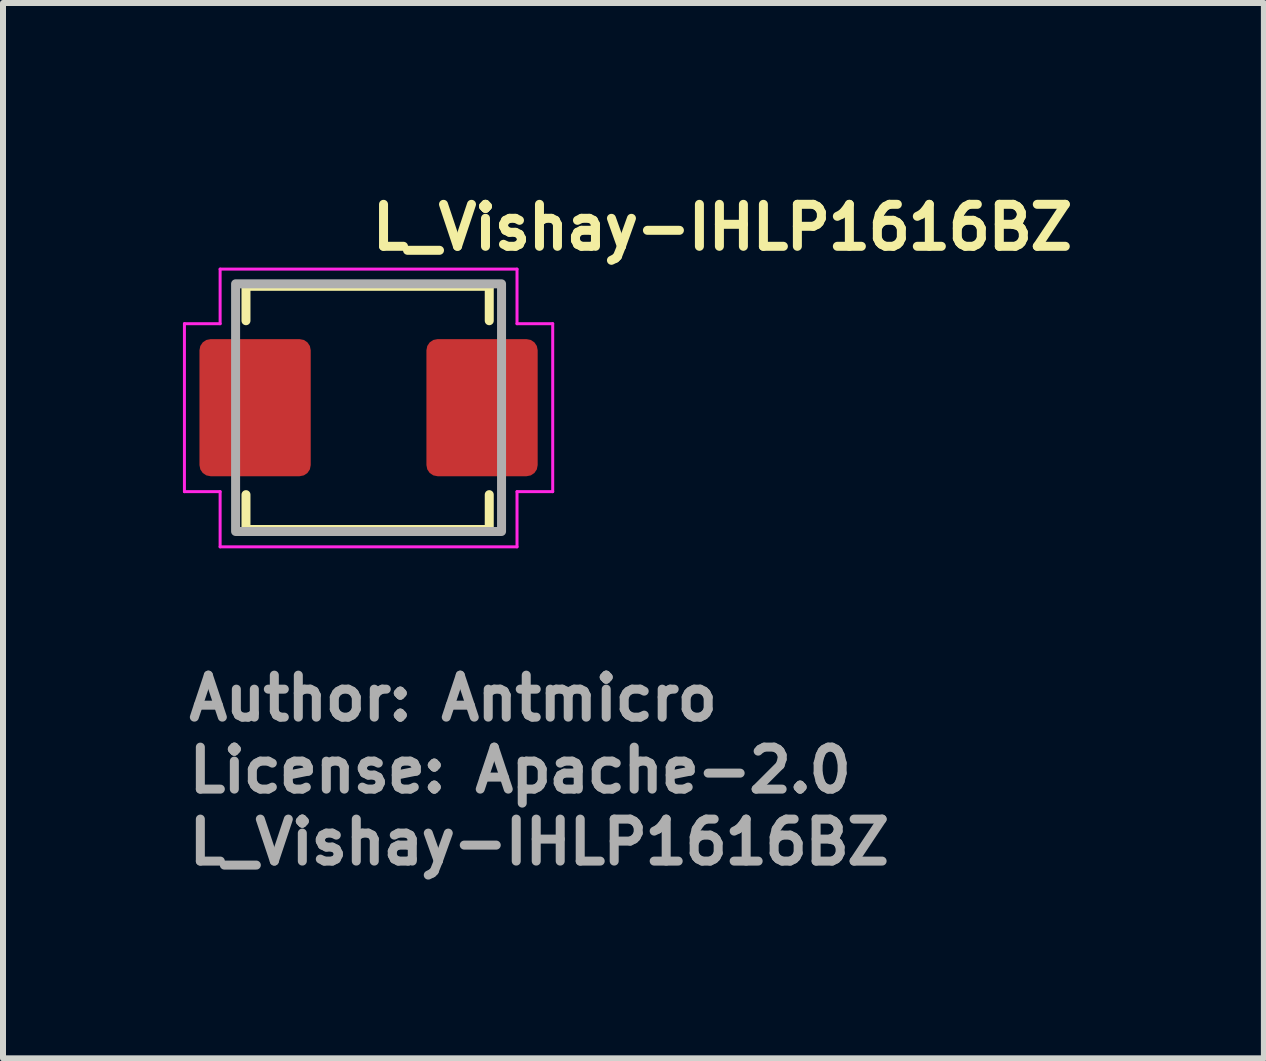
<source format=kicad_pcb>
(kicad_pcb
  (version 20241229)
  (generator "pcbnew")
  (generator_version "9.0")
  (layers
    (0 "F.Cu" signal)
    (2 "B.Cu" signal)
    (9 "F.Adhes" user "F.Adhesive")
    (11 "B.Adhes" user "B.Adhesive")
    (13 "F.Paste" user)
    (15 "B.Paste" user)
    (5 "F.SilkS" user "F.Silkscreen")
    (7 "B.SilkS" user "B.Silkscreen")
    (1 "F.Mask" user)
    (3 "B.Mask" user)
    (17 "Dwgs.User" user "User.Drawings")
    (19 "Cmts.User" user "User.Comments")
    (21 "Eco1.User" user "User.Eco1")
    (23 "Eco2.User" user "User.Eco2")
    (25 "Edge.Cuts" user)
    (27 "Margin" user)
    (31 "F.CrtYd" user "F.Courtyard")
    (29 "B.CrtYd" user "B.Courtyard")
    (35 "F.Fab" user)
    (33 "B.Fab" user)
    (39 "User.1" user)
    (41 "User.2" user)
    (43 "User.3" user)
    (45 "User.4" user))
  (footprint "L_Vishay-IHLP1616BZ"
    (layer "F.Cu")
    (at 3.095 3.747)
    (property "Reference" "L_Vishay-IHLP1616BZ" (at -0.016 -2.597 0) (layer "F.SilkS") (effects (font (size 0.7 0.7) (thickness 0.15)) (justify left bottom)))
    (attr smd)
    (fp_line (start -2.044 -2.024) (end -2.044 -1.45) (stroke (width 0.15) (type solid)) (layer "F.SilkS"))
    (fp_line (start -2.044 2.031) (end -2.044 1.45) (stroke (width 0.15) (type solid)) (layer "F.SilkS"))
    (fp_line (start -2.044 2.031) (end 2.012 2.031) (stroke (width 0.15) (type solid)) (layer "F.SilkS"))
    (fp_line (start 2.012 -2.024) (end -2.044 -2.024) (stroke (width 0.15) (type solid)) (layer "F.SilkS"))
    (fp_line (start 2.012 -2.024) (end 2.012 -1.45) (stroke (width 0.15) (type solid)) (layer "F.SilkS"))
    (fp_line (start 2.012 2.031) (end 2.012 1.45) (stroke (width 0.15) (type solid)) (layer "F.SilkS"))
    (fp_line (start -3.07 1.4) (end -3.07 -1.4) (stroke (width 0.05) (type solid)) (layer "F.CrtYd"))
    (fp_line (start -2.475 -2.31) (end 2.475 -2.31) (stroke (width 0.05) (type solid)) (layer "F.CrtYd"))
    (fp_line (start -2.475 -1.4) (end -3.07 -1.4) (stroke (width 0.05) (type solid)) (layer "F.CrtYd"))
    (fp_line (start -2.475 -1.4) (end -2.475 -2.31) (stroke (width 0.05) (type solid)) (layer "F.CrtYd"))
    (fp_line (start -2.475 1.4) (end -3.07 1.4) (stroke (width 0.05) (type solid)) (layer "F.CrtYd"))
    (fp_line (start -2.475 1.4) (end -2.475 2.32) (stroke (width 0.05) (type solid)) (layer "F.CrtYd"))
    (fp_line (start -2.475 2.32) (end 2.475 2.32) (stroke (width 0.05) (type solid)) (layer "F.CrtYd"))
    (fp_line (start 2.475 -1.4) (end 2.475 -2.31) (stroke (width 0.05) (type solid)) (layer "F.CrtYd"))
    (fp_line (start 2.475 -1.4) (end 3.07 -1.4) (stroke (width 0.05) (type solid)) (layer "F.CrtYd"))
    (fp_line (start 2.475 1.4) (end 2.475 2.32) (stroke (width 0.05) (type solid)) (layer "F.CrtYd"))
    (fp_line (start 2.475 1.4) (end 3.07 1.4) (stroke (width 0.05) (type solid)) (layer "F.CrtYd"))
    (fp_line (start 3.07 1.4) (end 3.07 -1.4) (stroke (width 0.05) (type solid)) (layer "F.CrtYd"))
    (fp_rect (start -2.217 -2.065) (end 2.217 2.064) (stroke (width 0.15) (type solid)) (fill no) (layer "F.Fab"))
    (fp_rect (start -2.217 -2.065) (end 2.217 2.064) (stroke (width 0.1) (type solid)) (fill no) (layer "User.5"))
    (fp_line (start -2.217 -1.016) (end -2.217 1.014) (stroke (width 0.02) (type solid)) (layer "User.9"))
    (fp_line (start -2.217 1.014) (end -2.063 1.014) (stroke (width 0.02) (type solid)) (layer "User.9"))
    (fp_line (start -2.183 -0.076) (end -2.177 -0.083) (stroke (width 0.02) (type solid)) (layer "User.9"))
    (fp_line (start -2.183 0.075) (end -2.183 -0.076) (stroke (width 0.02) (type solid)) (layer "User.9"))
    (fp_line (start -2.177 -0.083) (end -2.171 -0.09) (stroke (width 0.02) (type solid)) (layer "User.9"))
    (fp_line (start -2.171 -0.09) (end -2.165 -0.097) (stroke (width 0.02) (type solid)) (layer "User.9"))
    (fp_line (start -2.171 0.09) (end -2.183 0.075) (stroke (width 0.02) (type solid)) (layer "User.9"))
    (fp_line (start -2.165 -0.097) (end -2.158 -0.104) (stroke (width 0.02) (type solid)) (layer "User.9"))
    (fp_line (start -2.158 -0.104) (end -2.144 -0.117) (stroke (width 0.02) (type solid)) (layer "User.9"))
    (fp_line (start -2.158 0.104) (end -2.171 0.09) (stroke (width 0.02) (type solid)) (layer "User.9"))
    (fp_line (start -2.144 -0.117) (end -2.13 -0.133) (stroke (width 0.02) (type solid)) (layer "User.9"))
    (fp_line (start -2.144 0.118) (end -2.158 0.104) (stroke (width 0.02) (type solid)) (layer "User.9"))
    (fp_line (start -2.13 -0.133) (end -2.114 -0.147) (stroke (width 0.02) (type solid)) (layer "User.9"))
    (fp_line (start -2.13 0.132) (end -2.144 0.118) (stroke (width 0.02) (type solid)) (layer "User.9"))
    (fp_line (start -2.114 -0.147) (end -2.098 -0.161) (stroke (width 0.02) (type solid)) (layer "User.9"))
    (fp_line (start -2.114 0.146) (end -2.13 0.132) (stroke (width 0.02) (type solid)) (layer "User.9"))
    (fp_line (start -2.098 -0.161) (end -2.081 -0.174) (stroke (width 0.02) (type solid)) (layer "User.9"))
    (fp_line (start -2.098 0.16) (end -2.114 0.146) (stroke (width 0.02) (type solid)) (layer "User.9"))
    (fp_line (start -2.081 -0.174) (end -2.063 -0.189) (stroke (width 0.02) (type solid)) (layer "User.9"))
    (fp_line (start -2.081 0.175) (end -2.098 0.16) (stroke (width 0.02) (type solid)) (layer "User.9"))
    (fp_line (start -2.064 -1.44) (end -2.064 -1.016) (stroke (width 0.02) (type solid)) (layer "User.9"))
    (fp_line (start -2.064 -0.09) (end -2.064 -0.076) (stroke (width 0.02) (type solid)) (layer "User.9"))
    (fp_line (start -2.064 -0.09) (end -2.063 -0.189) (stroke (width 0.02) (type solid)) (layer "User.9"))
    (fp_line (start -2.064 -0.076) (end -2.183 -0.076) (stroke (width 0.02) (type solid)) (layer "User.9"))
    (fp_line (start -2.064 -0.076) (end -2.064 0.075) (stroke (width 0.02) (type solid)) (layer "User.9"))
    (fp_line (start -2.064 -0.076) (end -2.064 0.075) (stroke (width 0.02) (type solid)) (layer "User.9"))
    (fp_line (start -2.064 0.075) (end -2.183 0.075) (stroke (width 0.02) (type solid)) (layer "User.9"))
    (fp_line (start -2.064 0.075) (end -2.064 0.09) (stroke (width 0.02) (type solid)) (layer "User.9"))
    (fp_line (start -2.064 1.014) (end -2.064 1.438) (stroke (width 0.02) (type solid)) (layer "User.9"))
    (fp_line (start -2.064 1.438) (end -2.063 1.47) (stroke (width 0.02) (type solid)) (layer "User.9"))
    (fp_line (start -2.063 -1.471) (end -2.064 -1.44) (stroke (width 0.02) (type solid)) (layer "User.9"))
    (fp_line (start -2.063 -1.016) (end -2.217 -1.016) (stroke (width 0.02) (type solid)) (layer "User.9"))
    (fp_line (start -2.063 -1.016) (end -1.937 -1.016) (stroke (width 0.02) (type solid)) (layer "User.9"))
    (fp_line (start -2.063 0.189) (end -2.081 0.175) (stroke (width 0.02) (type solid)) (layer "User.9"))
    (fp_line (start -2.063 0.189) (end -2.064 0.09) (stroke (width 0.02) (type solid)) (layer "User.9"))
    (fp_line (start -2.063 0.189) (end -2.06 0.19) (stroke (width 0.02) (type solid)) (layer "User.9"))
    (fp_line (start -2.063 1.014) (end -1.952 1.014) (stroke (width 0.02) (type solid)) (layer "User.9"))
    (fp_line (start -2.063 1.47) (end -2.061 1.5) (stroke (width 0.02) (type solid)) (layer "User.9"))
    (fp_line (start -2.061 -1.502) (end -2.063 -1.471) (stroke (width 0.02) (type solid)) (layer "User.9"))
    (fp_line (start -2.061 1.5) (end -2.057 1.532) (stroke (width 0.02) (type solid)) (layer "User.9"))
    (fp_line (start -2.06 -0.191) (end -2.063 -0.189) (stroke (width 0.02) (type solid)) (layer "User.9"))
    (fp_line (start -2.06 0.19) (end -2.056 0.192) (stroke (width 0.02) (type solid)) (layer "User.9"))
    (fp_line (start -2.057 -1.532) (end -2.061 -1.502) (stroke (width 0.02) (type solid)) (layer "User.9"))
    (fp_line (start -2.057 1.532) (end -2.052 1.561) (stroke (width 0.02) (type solid)) (layer "User.9"))
    (fp_line (start -2.056 -0.192) (end -2.06 -0.191) (stroke (width 0.02) (type solid)) (layer "User.9"))
    (fp_line (start -2.056 0.192) (end -2.053 0.193) (stroke (width 0.02) (type solid)) (layer "User.9"))
    (fp_line (start -2.053 -0.194) (end -2.056 -0.192) (stroke (width 0.02) (type solid)) (layer "User.9"))
    (fp_line (start -2.053 0.193) (end -2.049 0.195) (stroke (width 0.02) (type solid)) (layer "User.9"))
    (fp_line (start -2.052 -1.562) (end -2.057 -1.532) (stroke (width 0.02) (type solid)) (layer "User.9"))
    (fp_line (start -2.052 1.561) (end -2.045 1.591) (stroke (width 0.02) (type solid)) (layer "User.9"))
    (fp_line (start -2.049 -0.195) (end -2.053 -0.194) (stroke (width 0.02) (type solid)) (layer "User.9"))
    (fp_line (start -2.049 0.195) (end -2.046 0.196) (stroke (width 0.02) (type solid)) (layer "User.9"))
    (fp_line (start -2.046 -0.196) (end -2.049 -0.195) (stroke (width 0.02) (type solid)) (layer "User.9"))
    (fp_line (start -2.046 0.196) (end -2.042 0.197) (stroke (width 0.02) (type solid)) (layer "User.9"))
    (fp_line (start -2.045 -1.592) (end -2.052 -1.562) (stroke (width 0.02) (type solid)) (layer "User.9"))
    (fp_line (start -2.045 1.591) (end -2.036 1.621) (stroke (width 0.02) (type solid)) (layer "User.9"))
    (fp_line (start -2.042 -0.198) (end -2.046 -0.196) (stroke (width 0.02) (type solid)) (layer "User.9"))
    (fp_line (start -2.042 0.197) (end -2.039 0.198) (stroke (width 0.02) (type solid)) (layer "User.9"))
    (fp_line (start -2.039 -0.199) (end -2.042 -0.198) (stroke (width 0.02) (type solid)) (layer "User.9"))
    (fp_line (start -2.039 0.198) (end -2.035 0.199) (stroke (width 0.02) (type solid)) (layer "User.9"))
    (fp_line (start -2.036 -1.622) (end -2.045 -1.592) (stroke (width 0.02) (type solid)) (layer "User.9"))
    (fp_line (start -2.036 1.621) (end -2.028 1.649) (stroke (width 0.02) (type solid)) (layer "User.9"))
    (fp_line (start -2.035 -0.199) (end -2.039 -0.199) (stroke (width 0.02) (type solid)) (layer "User.9"))
    (fp_line (start -2.035 0.199) (end -2.032 0.2) (stroke (width 0.02) (type solid)) (layer "User.9"))
    (fp_line (start -2.032 -0.2) (end -2.035 -0.199) (stroke (width 0.02) (type solid)) (layer "User.9"))
    (fp_line (start -2.032 0.2) (end -2.028 0.201) (stroke (width 0.02) (type solid)) (layer "User.9"))
    (fp_line (start -2.028 -1.651) (end -2.036 -1.622) (stroke (width 0.02) (type solid)) (layer "User.9"))
    (fp_line (start -2.028 -0.201) (end -2.032 -0.2) (stroke (width 0.02) (type solid)) (layer "User.9"))
    (fp_line (start -2.028 0.201) (end -2.024 0.201) (stroke (width 0.02) (type solid)) (layer "User.9"))
    (fp_line (start -2.028 1.649) (end -2.016 1.678) (stroke (width 0.02) (type solid)) (layer "User.9"))
    (fp_line (start -2.024 -0.202) (end -2.028 -0.201) (stroke (width 0.02) (type solid)) (layer "User.9"))
    (fp_line (start -2.024 0.201) (end -2.02 0.202) (stroke (width 0.02) (type solid)) (layer "User.9"))
    (fp_line (start -2.02 -0.202) (end -2.024 -0.202) (stroke (width 0.02) (type solid)) (layer "User.9"))
    (fp_line (start -2.02 0.202) (end -2.016 0.202) (stroke (width 0.02) (type solid)) (layer "User.9"))
    (fp_line (start -2.016 -1.679) (end -2.028 -1.651) (stroke (width 0.02) (type solid)) (layer "User.9"))
    (fp_line (start -2.016 -0.202) (end -2.02 -0.202) (stroke (width 0.02) (type solid)) (layer "User.9"))
    (fp_line (start -2.016 0.202) (end -2.012 0.202) (stroke (width 0.02) (type solid)) (layer "User.9"))
    (fp_line (start -2.016 1.678) (end -2.004 1.706) (stroke (width 0.02) (type solid)) (layer "User.9"))
    (fp_line (start -2.012 -0.203) (end -2.016 -0.202) (stroke (width 0.02) (type solid)) (layer "User.9"))
    (fp_line (start -2.012 0.202) (end -2.008 0.202) (stroke (width 0.02) (type solid)) (layer "User.9"))
    (fp_line (start -2.008 -0.203) (end -2.012 -0.203) (stroke (width 0.02) (type solid)) (layer "User.9"))
    (fp_line (start -2.008 0.202) (end -2.004 0.202) (stroke (width 0.02) (type solid)) (layer "User.9"))
    (fp_line (start -2.004 -1.707) (end -2.016 -1.679) (stroke (width 0.02) (type solid)) (layer "User.9"))
    (fp_line (start -2.004 -0.203) (end -2.008 -0.203) (stroke (width 0.02) (type solid)) (layer "User.9"))
    (fp_line (start -2.004 -0.203) (end -1.937 -0.203) (stroke (width 0.02) (type solid)) (layer "User.9"))
    (fp_line (start -2.004 1.706) (end -1.991 1.734) (stroke (width 0.02) (type solid)) (layer "User.9"))
    (fp_line (start -1.991 -1.734) (end -2.004 -1.707) (stroke (width 0.02) (type solid)) (layer "User.9"))
    (fp_line (start -1.991 1.734) (end -1.975 1.76) (stroke (width 0.02) (type solid)) (layer "User.9"))
    (fp_line (start -1.975 -1.761) (end -1.991 -1.734) (stroke (width 0.02) (type solid)) (layer "User.9"))
    (fp_line (start -1.975 1.76) (end -1.959 1.786) (stroke (width 0.02) (type solid)) (layer "User.9"))
    (fp_line (start -1.959 -1.787) (end -1.975 -1.761) (stroke (width 0.02) (type solid)) (layer "User.9"))
    (fp_line (start -1.959 1.786) (end -1.942 1.811) (stroke (width 0.02) (type solid)) (layer "User.9"))
    (fp_line (start -1.95 1.014) (end -1.952 1.014) (stroke (width 0.02) (type solid)) (layer "User.9"))
    (fp_line (start -1.948 1.014) (end -1.95 1.014) (stroke (width 0.02) (type solid)) (layer "User.9"))
    (fp_line (start -1.946 1.014) (end -1.948 1.014) (stroke (width 0.02) (type solid)) (layer "User.9"))
    (fp_line (start -1.944 1.014) (end -1.946 1.014) (stroke (width 0.02) (type solid)) (layer "User.9"))
    (fp_line (start -1.943 1.016) (end -1.944 1.014) (stroke (width 0.02) (type solid)) (layer "User.9"))
    (fp_line (start -1.942 -1.812) (end -1.959 -1.787) (stroke (width 0.02) (type solid)) (layer "User.9"))
    (fp_line (start -1.942 1.811) (end -1.923 1.835) (stroke (width 0.02) (type solid)) (layer "User.9"))
    (fp_line (start -1.941 1.016) (end -1.943 1.016) (stroke (width 0.02) (type solid)) (layer "User.9"))
    (fp_line (start -1.939 1.016) (end -1.941 1.016) (stroke (width 0.02) (type solid)) (layer "User.9"))
    (fp_line (start -1.937 -1.44) (end -1.936 -1.471) (stroke (width 0.02) (type solid)) (layer "User.9"))
    (fp_line (start -1.937 0.202) (end -2.004 0.202) (stroke (width 0.02) (type solid)) (layer "User.9"))
    (fp_line (start -1.937 1.016) (end -1.939 1.016) (stroke (width 0.02) (type solid)) (layer "User.9"))
    (fp_line (start -1.937 1.438) (end -1.937 -1.44) (stroke (width 0.02) (type solid)) (layer "User.9"))
    (fp_line (start -1.936 -1.471) (end -1.934 -1.502) (stroke (width 0.02) (type solid)) (layer "User.9"))
    (fp_line (start -1.936 1.47) (end -1.937 1.438) (stroke (width 0.02) (type solid)) (layer "User.9"))
    (fp_line (start -1.934 -1.502) (end -1.93 -1.532) (stroke (width 0.02) (type solid)) (layer "User.9"))
    (fp_line (start -1.934 1.5) (end -1.936 1.47) (stroke (width 0.02) (type solid)) (layer "User.9"))
    (fp_line (start -1.93 -1.532) (end -1.925 -1.562) (stroke (width 0.02) (type solid)) (layer "User.9"))
    (fp_line (start -1.93 1.532) (end -1.934 1.5) (stroke (width 0.02) (type solid)) (layer "User.9"))
    (fp_line (start -1.925 -1.562) (end -1.918 -1.592) (stroke (width 0.02) (type solid)) (layer "User.9"))
    (fp_line (start -1.925 1.561) (end -1.93 1.532) (stroke (width 0.02) (type solid)) (layer "User.9"))
    (fp_line (start -1.923 -1.836) (end -1.942 -1.812) (stroke (width 0.02) (type solid)) (layer "User.9"))
    (fp_line (start -1.923 1.835) (end -1.902 1.859) (stroke (width 0.02) (type solid)) (layer "User.9"))
    (fp_line (start -1.918 -1.592) (end -1.91 -1.622) (stroke (width 0.02) (type solid)) (layer "User.9"))
    (fp_line (start -1.918 1.591) (end -1.925 1.561) (stroke (width 0.02) (type solid)) (layer "User.9"))
    (fp_line (start -1.91 -1.622) (end -1.901 -1.651) (stroke (width 0.02) (type solid)) (layer "User.9"))
    (fp_line (start -1.91 1.621) (end -1.918 1.591) (stroke (width 0.02) (type solid)) (layer "User.9"))
    (fp_line (start -1.902 -1.859) (end -1.923 -1.836) (stroke (width 0.02) (type solid)) (layer "User.9"))
    (fp_line (start -1.902 1.859) (end -1.881 1.881) (stroke (width 0.02) (type solid)) (layer "User.9"))
    (fp_line (start -1.901 -1.651) (end -1.89 -1.679) (stroke (width 0.02) (type solid)) (layer "User.9"))
    (fp_line (start -1.901 1.649) (end -1.91 1.621) (stroke (width 0.02) (type solid)) (layer "User.9"))
    (fp_line (start -1.89 -1.679) (end -1.877 -1.707) (stroke (width 0.02) (type solid)) (layer "User.9"))
    (fp_line (start -1.89 1.678) (end -1.901 1.649) (stroke (width 0.02) (type solid)) (layer "User.9"))
    (fp_line (start -1.881 -1.882) (end -1.902 -1.859) (stroke (width 0.02) (type solid)) (layer "User.9"))
    (fp_line (start -1.881 -1.882) (end -1.881 -1.882) (stroke (width 0.02) (type solid)) (layer "User.9"))
    (fp_line (start -1.881 1.881) (end -1.881 1.881) (stroke (width 0.02) (type solid)) (layer "User.9"))
    (fp_line (start -1.881 1.881) (end -1.859 1.903) (stroke (width 0.02) (type solid)) (layer "User.9"))
    (fp_line (start -1.877 -1.707) (end -1.864 -1.734) (stroke (width 0.02) (type solid)) (layer "User.9"))
    (fp_line (start -1.877 1.706) (end -1.89 1.678) (stroke (width 0.02) (type solid)) (layer "User.9"))
    (fp_line (start -1.864 -1.734) (end -1.848 -1.761) (stroke (width 0.02) (type solid)) (layer "User.9"))
    (fp_line (start -1.864 1.734) (end -1.877 1.706) (stroke (width 0.02) (type solid)) (layer "User.9"))
    (fp_line (start -1.859 -1.903) (end -1.881 -1.882) (stroke (width 0.02) (type solid)) (layer "User.9"))
    (fp_line (start -1.859 1.903) (end -1.835 1.922) (stroke (width 0.02) (type solid)) (layer "User.9"))
    (fp_line (start -1.848 -1.761) (end -1.832 -1.787) (stroke (width 0.02) (type solid)) (layer "User.9"))
    (fp_line (start -1.848 1.76) (end -1.864 1.734) (stroke (width 0.02) (type solid)) (layer "User.9"))
    (fp_line (start -1.835 -1.923) (end -1.859 -1.903) (stroke (width 0.02) (type solid)) (layer "User.9"))
    (fp_line (start -1.835 1.922) (end -1.811 1.942) (stroke (width 0.02) (type solid)) (layer "User.9"))
    (fp_line (start -1.832 -1.787) (end -1.815 -1.812) (stroke (width 0.02) (type solid)) (layer "User.9"))
    (fp_line (start -1.832 1.786) (end -1.848 1.76) (stroke (width 0.02) (type solid)) (layer "User.9"))
    (fp_line (start -1.815 -1.812) (end -1.796 -1.836) (stroke (width 0.02) (type solid)) (layer "User.9"))
    (fp_line (start -1.815 1.811) (end -1.832 1.786) (stroke (width 0.02) (type solid)) (layer "User.9"))
    (fp_line (start -1.811 -1.942) (end -1.835 -1.923) (stroke (width 0.02) (type solid)) (layer "User.9"))
    (fp_line (start -1.811 1.942) (end -1.786 1.958) (stroke (width 0.02) (type solid)) (layer "User.9"))
    (fp_line (start -1.796 -1.836) (end -1.775 -1.859) (stroke (width 0.02) (type solid)) (layer "User.9"))
    (fp_line (start -1.796 1.835) (end -1.815 1.811) (stroke (width 0.02) (type solid)) (layer "User.9"))
    (fp_line (start -1.786 -1.96) (end -1.811 -1.942) (stroke (width 0.02) (type solid)) (layer "User.9"))
    (fp_line (start -1.786 1.958) (end -1.76 1.976) (stroke (width 0.02) (type solid)) (layer "User.9"))
    (fp_line (start -1.775 -1.859) (end -1.754 -1.882) (stroke (width 0.02) (type solid)) (layer "User.9"))
    (fp_line (start -1.775 1.859) (end -1.796 1.835) (stroke (width 0.02) (type solid)) (layer "User.9"))
    (fp_line (start -1.76 -1.976) (end -1.786 -1.96) (stroke (width 0.02) (type solid)) (layer "User.9"))
    (fp_line (start -1.76 1.976) (end -1.734 1.99) (stroke (width 0.02) (type solid)) (layer "User.9"))
    (fp_line (start -1.754 -1.882) (end -1.754 -1.882) (stroke (width 0.02) (type solid)) (layer "User.9"))
    (fp_line (start -1.754 -1.882) (end -1.732 -1.903) (stroke (width 0.02) (type solid)) (layer "User.9"))
    (fp_line (start -1.754 1.881) (end -1.775 1.859) (stroke (width 0.02) (type solid)) (layer "User.9"))
    (fp_line (start -1.754 1.881) (end -1.754 1.881) (stroke (width 0.02) (type solid)) (layer "User.9"))
    (fp_line (start -1.734 -1.991) (end -1.76 -1.976) (stroke (width 0.02) (type solid)) (layer "User.9"))
    (fp_line (start -1.734 1.99) (end -1.706 2.004) (stroke (width 0.02) (type solid)) (layer "User.9"))
    (fp_line (start -1.732 -1.903) (end -1.708 -1.923) (stroke (width 0.02) (type solid)) (layer "User.9"))
    (fp_line (start -1.732 1.903) (end -1.754 1.881) (stroke (width 0.02) (type solid)) (layer "User.9"))
    (fp_line (start -1.708 -1.923) (end -1.684 -1.942) (stroke (width 0.02) (type solid)) (layer "User.9"))
    (fp_line (start -1.708 1.922) (end -1.732 1.903) (stroke (width 0.02) (type solid)) (layer "User.9"))
    (fp_line (start -1.706 -2.004) (end -1.734 -1.991) (stroke (width 0.02) (type solid)) (layer "User.9"))
    (fp_line (start -1.706 2.004) (end -1.678 2.016) (stroke (width 0.02) (type solid)) (layer "User.9"))
    (fp_line (start -1.684 -1.942) (end -1.659 -1.96) (stroke (width 0.02) (type solid)) (layer "User.9"))
    (fp_line (start -1.684 1.942) (end -1.708 1.922) (stroke (width 0.02) (type solid)) (layer "User.9"))
    (fp_line (start -1.678 -2.016) (end -1.706 -2.004) (stroke (width 0.02) (type solid)) (layer "User.9"))
    (fp_line (start -1.678 2.016) (end -1.65 2.028) (stroke (width 0.02) (type solid)) (layer "User.9"))
    (fp_line (start -1.659 -1.96) (end -1.633 -1.976) (stroke (width 0.02) (type solid)) (layer "User.9"))
    (fp_line (start -1.659 1.958) (end -1.684 1.942) (stroke (width 0.02) (type solid)) (layer "User.9"))
    (fp_line (start -1.65 -2.028) (end -1.678 -2.016) (stroke (width 0.02) (type solid)) (layer "User.9"))
    (fp_line (start -1.65 2.028) (end -1.621 2.036) (stroke (width 0.02) (type solid)) (layer "User.9"))
    (fp_line (start -1.633 -1.976) (end -1.607 -1.991) (stroke (width 0.02) (type solid)) (layer "User.9"))
    (fp_line (start -1.633 1.976) (end -1.659 1.958) (stroke (width 0.02) (type solid)) (layer "User.9"))
    (fp_line (start -1.621 -2.036) (end -1.65 -2.028) (stroke (width 0.02) (type solid)) (layer "User.9"))
    (fp_line (start -1.621 2.036) (end -1.592 2.045) (stroke (width 0.02) (type solid)) (layer "User.9"))
    (fp_line (start -1.607 -1.991) (end -1.579 -2.004) (stroke (width 0.02) (type solid)) (layer "User.9"))
    (fp_line (start -1.607 1.99) (end -1.633 1.976) (stroke (width 0.02) (type solid)) (layer "User.9"))
    (fp_line (start -1.592 -2.045) (end -1.621 -2.036) (stroke (width 0.02) (type solid)) (layer "User.9"))
    (fp_line (start -1.592 2.045) (end -1.562 2.052) (stroke (width 0.02) (type solid)) (layer "User.9"))
    (fp_line (start -1.579 -2.004) (end -1.551 -2.016) (stroke (width 0.02) (type solid)) (layer "User.9"))
    (fp_line (start -1.579 2.004) (end -1.607 1.99) (stroke (width 0.02) (type solid)) (layer "User.9"))
    (fp_line (start -1.562 -2.053) (end -1.592 -2.045) (stroke (width 0.02) (type solid)) (layer "User.9"))
    (fp_line (start -1.562 2.052) (end -1.532 2.057) (stroke (width 0.02) (type solid)) (layer "User.9"))
    (fp_line (start -1.551 -2.016) (end -1.523 -2.028) (stroke (width 0.02) (type solid)) (layer "User.9"))
    (fp_line (start -1.551 2.016) (end -1.579 2.004) (stroke (width 0.02) (type solid)) (layer "User.9"))
    (fp_line (start -1.532 -2.058) (end -1.562 -2.053) (stroke (width 0.02) (type solid)) (layer "User.9"))
    (fp_line (start -1.532 2.057) (end -1.501 2.061) (stroke (width 0.02) (type solid)) (layer "User.9"))
    (fp_line (start -1.523 -2.028) (end -1.494 -2.036) (stroke (width 0.02) (type solid)) (layer "User.9"))
    (fp_line (start -1.523 2.028) (end -1.551 2.016) (stroke (width 0.02) (type solid)) (layer "User.9"))
    (fp_line (start -1.501 -2.062) (end -1.532 -2.058) (stroke (width 0.02) (type solid)) (layer "User.9"))
    (fp_line (start -1.501 2.061) (end -1.47 2.064) (stroke (width 0.02) (type solid)) (layer "User.9"))
    (fp_line (start -1.494 -2.036) (end -1.465 -2.045) (stroke (width 0.02) (type solid)) (layer "User.9"))
    (fp_line (start -1.494 2.036) (end -1.523 2.028) (stroke (width 0.02) (type solid)) (layer "User.9"))
    (fp_line (start -1.47 -2.064) (end -1.501 -2.062) (stroke (width 0.02) (type solid)) (layer "User.9"))
    (fp_line (start -1.47 2.064) (end -1.439 2.064) (stroke (width 0.02) (type solid)) (layer "User.9"))
    (fp_line (start -1.465 -2.045) (end -1.435 -2.053) (stroke (width 0.02) (type solid)) (layer "User.9"))
    (fp_line (start -1.465 2.045) (end -1.494 2.036) (stroke (width 0.02) (type solid)) (layer "User.9"))
    (fp_line (start -1.439 -2.065) (end -1.47 -2.064) (stroke (width 0.02) (type solid)) (layer "User.9"))
    (fp_line (start -1.439 2.064) (end -1.312 2.064) (stroke (width 0.02) (type solid)) (layer "User.9"))
    (fp_line (start -1.435 -2.053) (end -1.405 -2.058) (stroke (width 0.02) (type solid)) (layer "User.9"))
    (fp_line (start -1.435 2.052) (end -1.465 2.045) (stroke (width 0.02) (type solid)) (layer "User.9"))
    (fp_line (start -1.405 -2.058) (end -1.374 -2.062) (stroke (width 0.02) (type solid)) (layer "User.9"))
    (fp_line (start -1.405 2.057) (end -1.435 2.052) (stroke (width 0.02) (type solid)) (layer "User.9"))
    (fp_line (start -1.374 -2.062) (end -1.343 -2.064) (stroke (width 0.02) (type solid)) (layer "User.9"))
    (fp_line (start -1.374 2.061) (end -1.405 2.057) (stroke (width 0.02) (type solid)) (layer "User.9"))
    (fp_line (start -1.343 -2.064) (end -1.312 -2.065) (stroke (width 0.02) (type solid)) (layer "User.9"))
    (fp_line (start -1.343 2.064) (end -1.374 2.061) (stroke (width 0.02) (type solid)) (layer "User.9"))
    (fp_line (start -1.312 -2.065) (end -1.439 -2.065) (stroke (width 0.02) (type solid)) (layer "User.9"))
    (fp_line (start -1.312 -2.065) (end 1.313 -2.065) (stroke (width 0.02) (type solid)) (layer "User.9"))
    (fp_line (start -1.312 2.064) (end -1.343 2.064) (stroke (width 0.02) (type solid)) (layer "User.9"))
    (fp_line (start 1.313 -2.065) (end 1.345 -2.064) (stroke (width 0.02) (type solid)) (layer "User.9"))
    (fp_line (start 1.313 2.064) (end -1.312 2.064) (stroke (width 0.02) (type solid)) (layer "User.9"))
    (fp_line (start 1.313 2.064) (end 1.44 2.064) (stroke (width 0.02) (type solid)) (layer "User.9"))
    (fp_line (start 1.344 2.064) (end 1.313 2.064) (stroke (width 0.02) (type solid)) (layer "User.9"))
    (fp_line (start 1.345 -2.064) (end 1.377 -2.062) (stroke (width 0.02) (type solid)) (layer "User.9"))
    (fp_line (start 1.375 2.061) (end 1.344 2.064) (stroke (width 0.02) (type solid)) (layer "User.9"))
    (fp_line (start 1.377 -2.062) (end 1.408 -2.058) (stroke (width 0.02) (type solid)) (layer "User.9"))
    (fp_line (start 1.405 2.057) (end 1.375 2.061) (stroke (width 0.02) (type solid)) (layer "User.9"))
    (fp_line (start 1.408 -2.058) (end 1.439 -2.052) (stroke (width 0.02) (type solid)) (layer "User.9"))
    (fp_line (start 1.436 2.052) (end 1.405 2.057) (stroke (width 0.02) (type solid)) (layer "User.9"))
    (fp_line (start 1.439 -2.052) (end 1.469 -2.045) (stroke (width 0.02) (type solid)) (layer "User.9"))
    (fp_line (start 1.44 -2.065) (end 1.313 -2.065) (stroke (width 0.02) (type solid)) (layer "User.9"))
    (fp_line (start 1.44 2.064) (end 1.471 2.064) (stroke (width 0.02) (type solid)) (layer "User.9"))
    (fp_line (start 1.465 2.045) (end 1.436 2.052) (stroke (width 0.02) (type solid)) (layer "User.9"))
    (fp_line (start 1.469 -2.045) (end 1.499 -2.036) (stroke (width 0.02) (type solid)) (layer "User.9"))
    (fp_line (start 1.471 2.064) (end 1.502 2.061) (stroke (width 0.02) (type solid)) (layer "User.9"))
    (fp_line (start 1.472 -2.064) (end 1.44 -2.065) (stroke (width 0.02) (type solid)) (layer "User.9"))
    (fp_line (start 1.495 2.036) (end 1.465 2.045) (stroke (width 0.02) (type solid)) (layer "User.9"))
    (fp_line (start 1.499 -2.036) (end 1.528 -2.027) (stroke (width 0.02) (type solid)) (layer "User.9"))
    (fp_line (start 1.502 2.061) (end 1.532 2.057) (stroke (width 0.02) (type solid)) (layer "User.9"))
    (fp_line (start 1.504 -2.062) (end 1.472 -2.064) (stroke (width 0.02) (type solid)) (layer "User.9"))
    (fp_line (start 1.524 2.028) (end 1.495 2.036) (stroke (width 0.02) (type solid)) (layer "User.9"))
    (fp_line (start 1.528 -2.027) (end 1.556 -2.016) (stroke (width 0.02) (type solid)) (layer "User.9"))
    (fp_line (start 1.532 2.057) (end 1.563 2.052) (stroke (width 0.02) (type solid)) (layer "User.9"))
    (fp_line (start 1.535 -2.058) (end 1.504 -2.062) (stroke (width 0.02) (type solid)) (layer "User.9"))
    (fp_line (start 1.552 2.016) (end 1.524 2.028) (stroke (width 0.02) (type solid)) (layer "User.9"))
    (fp_line (start 1.556 -2.016) (end 1.584 -2.003) (stroke (width 0.02) (type solid)) (layer "User.9"))
    (fp_line (start 1.563 2.052) (end 1.592 2.045) (stroke (width 0.02) (type solid)) (layer "User.9"))
    (fp_line (start 1.566 -2.052) (end 1.535 -2.058) (stroke (width 0.02) (type solid)) (layer "User.9"))
    (fp_line (start 1.58 2.004) (end 1.552 2.016) (stroke (width 0.02) (type solid)) (layer "User.9"))
    (fp_line (start 1.584 -2.003) (end 1.611 -1.989) (stroke (width 0.02) (type solid)) (layer "User.9"))
    (fp_line (start 1.592 2.045) (end 1.622 2.036) (stroke (width 0.02) (type solid)) (layer "User.9"))
    (fp_line (start 1.596 -2.045) (end 1.566 -2.052) (stroke (width 0.02) (type solid)) (layer "User.9"))
    (fp_line (start 1.607 1.99) (end 1.58 2.004) (stroke (width 0.02) (type solid)) (layer "User.9"))
    (fp_line (start 1.611 -1.989) (end 1.637 -1.974) (stroke (width 0.02) (type solid)) (layer "User.9"))
    (fp_line (start 1.622 2.036) (end 1.651 2.028) (stroke (width 0.02) (type solid)) (layer "User.9"))
    (fp_line (start 1.626 -2.036) (end 1.596 -2.045) (stroke (width 0.02) (type solid)) (layer "User.9"))
    (fp_line (start 1.634 1.976) (end 1.607 1.99) (stroke (width 0.02) (type solid)) (layer "User.9"))
    (fp_line (start 1.637 -1.974) (end 1.662 -1.958) (stroke (width 0.02) (type solid)) (layer "User.9"))
    (fp_line (start 1.651 2.028) (end 1.679 2.016) (stroke (width 0.02) (type solid)) (layer "User.9"))
    (fp_line (start 1.655 -2.027) (end 1.626 -2.036) (stroke (width 0.02) (type solid)) (layer "User.9"))
    (fp_line (start 1.659 1.958) (end 1.634 1.976) (stroke (width 0.02) (type solid)) (layer "User.9"))
    (fp_line (start 1.662 -1.958) (end 1.687 -1.941) (stroke (width 0.02) (type solid)) (layer "User.9"))
    (fp_line (start 1.679 2.016) (end 1.707 2.004) (stroke (width 0.02) (type solid)) (layer "User.9"))
    (fp_line (start 1.683 -2.016) (end 1.655 -2.027) (stroke (width 0.02) (type solid)) (layer "User.9"))
    (fp_line (start 1.685 1.942) (end 1.659 1.958) (stroke (width 0.02) (type solid)) (layer "User.9"))
    (fp_line (start 1.687 -1.941) (end 1.711 -1.922) (stroke (width 0.02) (type solid)) (layer "User.9"))
    (fp_line (start 1.707 2.004) (end 1.734 1.99) (stroke (width 0.02) (type solid)) (layer "User.9"))
    (fp_line (start 1.709 1.922) (end 1.685 1.942) (stroke (width 0.02) (type solid)) (layer "User.9"))
    (fp_line (start 1.711 -2.003) (end 1.683 -2.016) (stroke (width 0.02) (type solid)) (layer "User.9"))
    (fp_line (start 1.711 -1.922) (end 1.733 -1.902) (stroke (width 0.02) (type solid)) (layer "User.9"))
    (fp_line (start 1.732 1.903) (end 1.709 1.922) (stroke (width 0.02) (type solid)) (layer "User.9"))
    (fp_line (start 1.733 -1.902) (end 1.755 -1.882) (stroke (width 0.02) (type solid)) (layer "User.9"))
    (fp_line (start 1.734 1.99) (end 1.761 1.976) (stroke (width 0.02) (type solid)) (layer "User.9"))
    (fp_line (start 1.738 -1.989) (end 1.711 -2.003) (stroke (width 0.02) (type solid)) (layer "User.9"))
    (fp_line (start 1.755 -1.882) (end 1.776 -1.86) (stroke (width 0.02) (type solid)) (layer "User.9"))
    (fp_line (start 1.755 1.881) (end 1.732 1.903) (stroke (width 0.02) (type solid)) (layer "User.9"))
    (fp_line (start 1.755 1.881) (end 1.755 1.881) (stroke (width 0.02) (type solid)) (layer "User.9"))
    (fp_line (start 1.761 1.976) (end 1.786 1.958) (stroke (width 0.02) (type solid)) (layer "User.9"))
    (fp_line (start 1.764 -1.974) (end 1.738 -1.989) (stroke (width 0.02) (type solid)) (layer "User.9"))
    (fp_line (start 1.776 -1.86) (end 1.795 -1.837) (stroke (width 0.02) (type solid)) (layer "User.9"))
    (fp_line (start 1.776 1.859) (end 1.755 1.881) (stroke (width 0.02) (type solid)) (layer "User.9"))
    (fp_line (start 1.786 1.958) (end 1.812 1.942) (stroke (width 0.02) (type solid)) (layer "User.9"))
    (fp_line (start 1.789 -1.958) (end 1.764 -1.974) (stroke (width 0.02) (type solid)) (layer "User.9"))
    (fp_line (start 1.795 -1.837) (end 1.814 -1.814) (stroke (width 0.02) (type solid)) (layer "User.9"))
    (fp_line (start 1.796 1.835) (end 1.776 1.859) (stroke (width 0.02) (type solid)) (layer "User.9"))
    (fp_line (start 1.812 1.942) (end 1.836 1.922) (stroke (width 0.02) (type solid)) (layer "User.9"))
    (fp_line (start 1.814 -1.941) (end 1.789 -1.958) (stroke (width 0.02) (type solid)) (layer "User.9"))
    (fp_line (start 1.814 -1.814) (end 1.831 -1.789) (stroke (width 0.02) (type solid)) (layer "User.9"))
    (fp_line (start 1.815 1.811) (end 1.796 1.835) (stroke (width 0.02) (type solid)) (layer "User.9"))
    (fp_line (start 1.831 -1.789) (end 1.847 -1.764) (stroke (width 0.02) (type solid)) (layer "User.9"))
    (fp_line (start 1.833 1.786) (end 1.815 1.811) (stroke (width 0.02) (type solid)) (layer "User.9"))
    (fp_line (start 1.836 1.922) (end 1.859 1.903) (stroke (width 0.02) (type solid)) (layer "User.9"))
    (fp_line (start 1.838 -1.922) (end 1.814 -1.941) (stroke (width 0.02) (type solid)) (layer "User.9"))
    (fp_line (start 1.847 -1.764) (end 1.862 -1.738) (stroke (width 0.02) (type solid)) (layer "User.9"))
    (fp_line (start 1.849 1.76) (end 1.833 1.786) (stroke (width 0.02) (type solid)) (layer "User.9"))
    (fp_line (start 1.859 1.903) (end 1.882 1.881) (stroke (width 0.02) (type solid)) (layer "User.9"))
    (fp_line (start 1.86 -1.902) (end 1.838 -1.922) (stroke (width 0.02) (type solid)) (layer "User.9"))
    (fp_line (start 1.862 -1.738) (end 1.876 -1.711) (stroke (width 0.02) (type solid)) (layer "User.9"))
    (fp_line (start 1.864 1.734) (end 1.849 1.76) (stroke (width 0.02) (type solid)) (layer "User.9"))
    (fp_line (start 1.876 -1.711) (end 1.889 -1.683) (stroke (width 0.02) (type solid)) (layer "User.9"))
    (fp_line (start 1.878 1.706) (end 1.864 1.734) (stroke (width 0.02) (type solid)) (layer "User.9"))
    (fp_line (start 1.882 -1.882) (end 1.86 -1.902) (stroke (width 0.02) (type solid)) (layer "User.9"))
    (fp_line (start 1.882 1.881) (end 1.882 1.881) (stroke (width 0.02) (type solid)) (layer "User.9"))
    (fp_line (start 1.882 1.881) (end 1.903 1.859) (stroke (width 0.02) (type solid)) (layer "User.9"))
    (fp_line (start 1.889 -1.683) (end 1.9 -1.655) (stroke (width 0.02) (type solid)) (layer "User.9"))
    (fp_line (start 1.89 1.678) (end 1.878 1.706) (stroke (width 0.02) (type solid)) (layer "User.9"))
    (fp_line (start 1.9 -1.655) (end 1.909 -1.626) (stroke (width 0.02) (type solid)) (layer "User.9"))
    (fp_line (start 1.901 1.649) (end 1.89 1.678) (stroke (width 0.02) (type solid)) (layer "User.9"))
    (fp_line (start 1.903 -1.86) (end 1.882 -1.882) (stroke (width 0.02) (type solid)) (layer "User.9"))
    (fp_line (start 1.903 1.859) (end 1.923 1.835) (stroke (width 0.02) (type solid)) (layer "User.9"))
    (fp_line (start 1.909 -1.626) (end 1.918 -1.596) (stroke (width 0.02) (type solid)) (layer "User.9"))
    (fp_line (start 1.911 1.621) (end 1.901 1.649) (stroke (width 0.02) (type solid)) (layer "User.9"))
    (fp_line (start 1.918 -1.596) (end 1.925 -1.566) (stroke (width 0.02) (type solid)) (layer "User.9"))
    (fp_line (start 1.919 1.591) (end 1.911 1.621) (stroke (width 0.02) (type solid)) (layer "User.9"))
    (fp_line (start 1.922 -1.837) (end 1.903 -1.86) (stroke (width 0.02) (type solid)) (layer "User.9"))
    (fp_line (start 1.923 1.835) (end 1.942 1.811) (stroke (width 0.02) (type solid)) (layer "User.9"))
    (fp_line (start 1.925 -1.566) (end 1.931 -1.535) (stroke (width 0.02) (type solid)) (layer "User.9"))
    (fp_line (start 1.926 1.561) (end 1.919 1.591) (stroke (width 0.02) (type solid)) (layer "User.9"))
    (fp_line (start 1.931 -1.535) (end 1.935 -1.504) (stroke (width 0.02) (type solid)) (layer "User.9"))
    (fp_line (start 1.931 1.532) (end 1.926 1.561) (stroke (width 0.02) (type solid)) (layer "User.9"))
    (fp_line (start 1.935 -1.504) (end 1.937 -1.472) (stroke (width 0.02) (type solid)) (layer "User.9"))
    (fp_line (start 1.935 1.5) (end 1.931 1.532) (stroke (width 0.02) (type solid)) (layer "User.9"))
    (fp_line (start 1.937 -1.472) (end 1.938 -1.44) (stroke (width 0.02) (type solid)) (layer "User.9"))
    (fp_line (start 1.937 1.47) (end 1.935 1.5) (stroke (width 0.02) (type solid)) (layer "User.9"))
    (fp_line (start 1.938 -1.44) (end 1.938 1.438) (stroke (width 0.02) (type solid)) (layer "User.9"))
    (fp_line (start 1.938 -1.016) (end 2.064 -1.016) (stroke (width 0.02) (type solid)) (layer "User.9"))
    (fp_line (start 1.938 -0.203) (end 2.006 -0.203) (stroke (width 0.02) (type solid)) (layer "User.9"))
    (fp_line (start 1.938 0.202) (end 2.006 0.202) (stroke (width 0.02) (type solid)) (layer "User.9"))
    (fp_line (start 1.938 1.438) (end 1.937 1.47) (stroke (width 0.02) (type solid)) (layer "User.9"))
    (fp_line (start 1.94 1.016) (end 1.938 1.016) (stroke (width 0.02) (type solid)) (layer "User.9"))
    (fp_line (start 1.941 -1.814) (end 1.922 -1.837) (stroke (width 0.02) (type solid)) (layer "User.9"))
    (fp_line (start 1.942 1.016) (end 1.94 1.016) (stroke (width 0.02) (type solid)) (layer "User.9"))
    (fp_line (start 1.942 1.811) (end 1.96 1.786) (stroke (width 0.02) (type solid)) (layer "User.9"))
    (fp_line (start 1.943 1.016) (end 1.942 1.016) (stroke (width 0.02) (type solid)) (layer "User.9"))
    (fp_line (start 1.945 1.014) (end 1.943 1.016) (stroke (width 0.02) (type solid)) (layer "User.9"))
    (fp_line (start 1.947 1.014) (end 1.945 1.014) (stroke (width 0.02) (type solid)) (layer "User.9"))
    (fp_line (start 1.949 1.014) (end 1.947 1.014) (stroke (width 0.02) (type solid)) (layer "User.9"))
    (fp_line (start 1.951 1.014) (end 1.949 1.014) (stroke (width 0.02) (type solid)) (layer "User.9"))
    (fp_line (start 1.952 1.014) (end 1.951 1.014) (stroke (width 0.02) (type solid)) (layer "User.9"))
    (fp_line (start 1.952 1.014) (end 2.064 1.014) (stroke (width 0.02) (type solid)) (layer "User.9"))
    (fp_line (start 1.958 -1.789) (end 1.941 -1.814) (stroke (width 0.02) (type solid)) (layer "User.9"))
    (fp_line (start 1.96 1.786) (end 1.976 1.76) (stroke (width 0.02) (type solid)) (layer "User.9"))
    (fp_line (start 1.974 -1.764) (end 1.958 -1.789) (stroke (width 0.02) (type solid)) (layer "User.9"))
    (fp_line (start 1.976 1.76) (end 1.991 1.734) (stroke (width 0.02) (type solid)) (layer "User.9"))
    (fp_line (start 1.988 -1.738) (end 1.974 -1.764) (stroke (width 0.02) (type solid)) (layer "User.9"))
    (fp_line (start 1.991 1.734) (end 2.004 1.706) (stroke (width 0.02) (type solid)) (layer "User.9"))
    (fp_line (start 2.003 -1.711) (end 1.988 -1.738) (stroke (width 0.02) (type solid)) (layer "User.9"))
    (fp_line (start 2.004 1.706) (end 2.016 1.678) (stroke (width 0.02) (type solid)) (layer "User.9"))
    (fp_line (start 2.006 0.202) (end 2.01 0.202) (stroke (width 0.02) (type solid)) (layer "User.9"))
    (fp_line (start 2.01 -0.203) (end 2.006 -0.203) (stroke (width 0.02) (type solid)) (layer "User.9"))
    (fp_line (start 2.01 0.202) (end 2.014 0.202) (stroke (width 0.02) (type solid)) (layer "User.9"))
    (fp_line (start 2.014 -0.203) (end 2.01 -0.203) (stroke (width 0.02) (type solid)) (layer "User.9"))
    (fp_line (start 2.014 0.202) (end 2.018 0.202) (stroke (width 0.02) (type solid)) (layer "User.9"))
    (fp_line (start 2.016 -1.683) (end 2.003 -1.711) (stroke (width 0.02) (type solid)) (layer "User.9"))
    (fp_line (start 2.016 1.678) (end 2.028 1.649) (stroke (width 0.02) (type solid)) (layer "User.9"))
    (fp_line (start 2.018 -0.202) (end 2.014 -0.203) (stroke (width 0.02) (type solid)) (layer "User.9"))
    (fp_line (start 2.018 0.202) (end 2.02 0.202) (stroke (width 0.02) (type solid)) (layer "User.9"))
    (fp_line (start 2.02 -0.202) (end 2.018 -0.202) (stroke (width 0.02) (type solid)) (layer "User.9"))
    (fp_line (start 2.02 0.202) (end 2.024 0.201) (stroke (width 0.02) (type solid)) (layer "User.9"))
    (fp_line (start 2.024 -0.202) (end 2.02 -0.202) (stroke (width 0.02) (type solid)) (layer "User.9"))
    (fp_line (start 2.024 0.201) (end 2.028 0.201) (stroke (width 0.02) (type solid)) (layer "User.9"))
    (fp_line (start 2.027 -1.655) (end 2.016 -1.683) (stroke (width 0.02) (type solid)) (layer "User.9"))
    (fp_line (start 2.028 -0.201) (end 2.024 -0.202) (stroke (width 0.02) (type solid)) (layer "User.9"))
    (fp_line (start 2.028 0.201) (end 2.032 0.2) (stroke (width 0.02) (type solid)) (layer "User.9"))
    (fp_line (start 2.028 1.649) (end 2.036 1.621) (stroke (width 0.02) (type solid)) (layer "User.9"))
    (fp_line (start 2.032 -0.2) (end 2.028 -0.201) (stroke (width 0.02) (type solid)) (layer "User.9"))
    (fp_line (start 2.032 0.2) (end 2.036 0.199) (stroke (width 0.02) (type solid)) (layer "User.9"))
    (fp_line (start 2.036 -1.626) (end 2.027 -1.655) (stroke (width 0.02) (type solid)) (layer "User.9"))
    (fp_line (start 2.036 -0.199) (end 2.032 -0.2) (stroke (width 0.02) (type solid)) (layer "User.9"))
    (fp_line (start 2.036 0.199) (end 2.04 0.198) (stroke (width 0.02) (type solid)) (layer "User.9"))
    (fp_line (start 2.036 1.621) (end 2.045 1.591) (stroke (width 0.02) (type solid)) (layer "User.9"))
    (fp_line (start 2.04 -0.199) (end 2.036 -0.199) (stroke (width 0.02) (type solid)) (layer "User.9"))
    (fp_line (start 2.04 0.198) (end 2.043 0.197) (stroke (width 0.02) (type solid)) (layer "User.9"))
    (fp_line (start 2.043 -0.198) (end 2.04 -0.199) (stroke (width 0.02) (type solid)) (layer "User.9"))
    (fp_line (start 2.043 0.197) (end 2.047 0.196) (stroke (width 0.02) (type solid)) (layer "User.9"))
    (fp_line (start 2.045 -1.596) (end 2.036 -1.626) (stroke (width 0.02) (type solid)) (layer "User.9"))
    (fp_line (start 2.045 1.591) (end 2.053 1.561) (stroke (width 0.02) (type solid)) (layer "User.9"))
    (fp_line (start 2.047 -0.196) (end 2.043 -0.198) (stroke (width 0.02) (type solid)) (layer "User.9"))
    (fp_line (start 2.047 0.196) (end 2.05 0.195) (stroke (width 0.02) (type solid)) (layer "User.9"))
    (fp_line (start 2.05 -0.195) (end 2.047 -0.196) (stroke (width 0.02) (type solid)) (layer "User.9"))
    (fp_line (start 2.05 0.195) (end 2.054 0.193) (stroke (width 0.02) (type solid)) (layer "User.9"))
    (fp_line (start 2.052 -1.566) (end 2.045 -1.596) (stroke (width 0.02) (type solid)) (layer "User.9"))
    (fp_line (start 2.053 1.561) (end 2.058 1.532) (stroke (width 0.02) (type solid)) (layer "User.9"))
    (fp_line (start 2.054 -0.194) (end 2.05 -0.195) (stroke (width 0.02) (type solid)) (layer "User.9"))
    (fp_line (start 2.054 0.193) (end 2.057 0.192) (stroke (width 0.02) (type solid)) (layer "User.9"))
    (fp_line (start 2.057 -0.192) (end 2.054 -0.194) (stroke (width 0.02) (type solid)) (layer "User.9"))
    (fp_line (start 2.057 0.192) (end 2.061 0.19) (stroke (width 0.02) (type solid)) (layer "User.9"))
    (fp_line (start 2.058 -1.535) (end 2.052 -1.566) (stroke (width 0.02) (type solid)) (layer "User.9"))
    (fp_line (start 2.058 1.532) (end 2.062 1.5) (stroke (width 0.02) (type solid)) (layer "User.9"))
    (fp_line (start 2.061 -0.191) (end 2.057 -0.192) (stroke (width 0.02) (type solid)) (layer "User.9"))
    (fp_line (start 2.061 0.19) (end 2.064 0.189) (stroke (width 0.02) (type solid)) (layer "User.9"))
    (fp_line (start 2.062 -1.504) (end 2.058 -1.535) (stroke (width 0.02) (type solid)) (layer "User.9"))
    (fp_line (start 2.062 1.5) (end 2.064 1.47) (stroke (width 0.02) (type solid)) (layer "User.9"))
    (fp_line (start 2.064 -1.472) (end 2.062 -1.504) (stroke (width 0.02) (type solid)) (layer "User.9"))
    (fp_line (start 2.064 -0.189) (end 2.061 -0.191) (stroke (width 0.02) (type solid)) (layer "User.9"))
    (fp_line (start 2.064 -0.189) (end 2.065 -0.09) (stroke (width 0.02) (type solid)) (layer "User.9"))
    (fp_line (start 2.064 -0.189) (end 2.082 -0.174) (stroke (width 0.02) (type solid)) (layer "User.9"))
    (fp_line (start 2.064 1.014) (end 2.217 1.014) (stroke (width 0.02) (type solid)) (layer "User.9"))
    (fp_line (start 2.064 1.47) (end 2.065 1.438) (stroke (width 0.02) (type solid)) (layer "User.9"))
    (fp_line (start 2.065 -1.44) (end 2.064 -1.472) (stroke (width 0.02) (type solid)) (layer "User.9"))
    (fp_line (start 2.065 -1.016) (end 2.065 -1.44) (stroke (width 0.02) (type solid)) (layer "User.9"))
    (fp_line (start 2.065 -0.076) (end 2.065 -0.09) (stroke (width 0.02) (type solid)) (layer "User.9"))
    (fp_line (start 2.065 -0.076) (end 2.184 -0.076) (stroke (width 0.02) (type solid)) (layer "User.9"))
    (fp_line (start 2.065 0.075) (end 2.065 -0.076) (stroke (width 0.02) (type solid)) (layer "User.9"))
    (fp_line (start 2.065 0.075) (end 2.065 -0.076) (stroke (width 0.02) (type solid)) (layer "User.9"))
    (fp_line (start 2.065 0.075) (end 2.184 0.075) (stroke (width 0.02) (type solid)) (layer "User.9"))
    (fp_line (start 2.065 0.09) (end 2.064 0.189) (stroke (width 0.02) (type solid)) (layer "User.9"))
    (fp_line (start 2.065 0.09) (end 2.065 0.075) (stroke (width 0.02) (type solid)) (layer "User.9"))
    (fp_line (start 2.065 1.438) (end 2.065 1.014) (stroke (width 0.02) (type solid)) (layer "User.9"))
    (fp_line (start 2.082 -0.174) (end 2.099 -0.161) (stroke (width 0.02) (type solid)) (layer "User.9"))
    (fp_line (start 2.082 0.175) (end 2.064 0.189) (stroke (width 0.02) (type solid)) (layer "User.9"))
    (fp_line (start 2.099 -0.161) (end 2.115 -0.147) (stroke (width 0.02) (type solid)) (layer "User.9"))
    (fp_line (start 2.099 0.16) (end 2.082 0.175) (stroke (width 0.02) (type solid)) (layer "User.9"))
    (fp_line (start 2.115 -0.147) (end 2.131 -0.133) (stroke (width 0.02) (type solid)) (layer "User.9"))
    (fp_line (start 2.115 0.146) (end 2.099 0.16) (stroke (width 0.02) (type solid)) (layer "User.9"))
    (fp_line (start 2.131 -0.133) (end 2.145 -0.117) (stroke (width 0.02) (type solid)) (layer "User.9"))
    (fp_line (start 2.131 0.132) (end 2.115 0.146) (stroke (width 0.02) (type solid)) (layer "User.9"))
    (fp_line (start 2.145 -0.117) (end 2.159 -0.104) (stroke (width 0.02) (type solid)) (layer "User.9"))
    (fp_line (start 2.145 0.118) (end 2.131 0.132) (stroke (width 0.02) (type solid)) (layer "User.9"))
    (fp_line (start 2.159 -0.104) (end 2.172 -0.09) (stroke (width 0.02) (type solid)) (layer "User.9"))
    (fp_line (start 2.159 0.104) (end 2.145 0.118) (stroke (width 0.02) (type solid)) (layer "User.9"))
    (fp_line (start 2.172 -0.09) (end 2.184 -0.076) (stroke (width 0.02) (type solid)) (layer "User.9"))
    (fp_line (start 2.172 0.09) (end 2.159 0.104) (stroke (width 0.02) (type solid)) (layer "User.9"))
    (fp_line (start 2.178 0.083) (end 2.172 0.09) (stroke (width 0.02) (type solid)) (layer "User.9"))
    (fp_line (start 2.184 -0.076) (end 2.184 0.075) (stroke (width 0.02) (type solid)) (layer "User.9"))
    (fp_line (start 2.184 0.075) (end 2.178 0.083) (stroke (width 0.02) (type solid)) (layer "User.9"))
    (fp_line (start 2.217 -1.016) (end 2.064 -1.016) (stroke (width 0.02) (type solid)) (layer "User.9"))
    (fp_line (start 2.217 1.014) (end 2.217 -1.016) (stroke (width 0.02) (type solid)) (layer "User.9"))
    (fp_text user "License: Apache-2.0" (at -3.07 6.453 0) (layer "F.Fab") (effects (font (size 0.7 0.7) (thickness 0.15)) (justify left bottom)))
    (fp_text user "${REFERENCE}" (at -3.07 7.653 0) (layer "F.Fab") (effects (font (size 0.7 0.7) (thickness 0.15)) (justify left bottom)))
    (fp_text user "Author: Antmicro" (at -3.07 5.253 0) (layer "F.Fab") (effects (font (size 0.7 0.7) (thickness 0.15)) (justify left bottom)))
    (pad "1" smd roundrect (at -1.892 0 90) (size 2.286 1.855) (layers "F.Cu" "F.Mask" "F.Paste") (roundrect_rratio 0.1))
    (pad "2" smd roundrect (at 1.892 0 90) (size 2.286 1.855) (layers "F.Cu" "F.Mask" "F.Paste") (roundrect_rratio 0.1)))
  (gr_rect
    (start -3 -3)
    (end 18.022 14.595)
    (stroke (width 0.1) (type default))
    (fill no)
    (layer "Edge.Cuts")))
</source>
